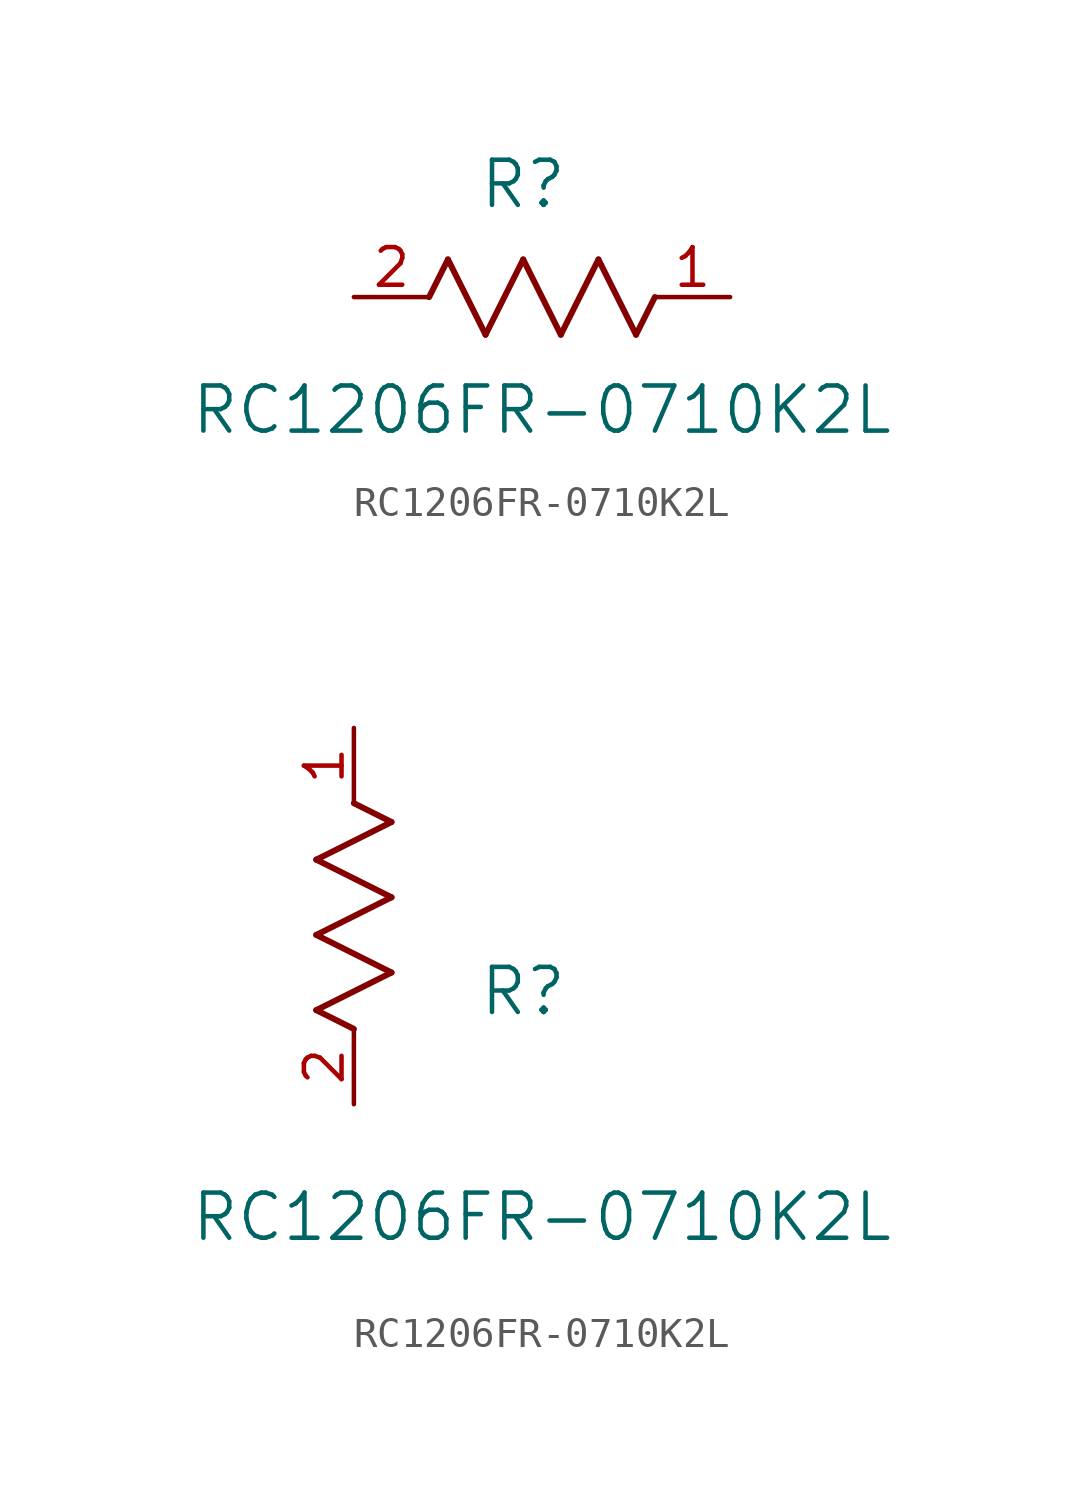
<source format=kicad_sym>
(kicad_symbol_lib
  (version 20211014)
  (generator kicad_symbol_editor)
  (symbol "RC1206FR-0710K2L"
    (pin_names
      (offset 0.254))
    (property "Reference" "R"
      (at 5.715 3.81 0)
      (effects (font (size 1.524 1.524))))
    (property "Value" "RC1206FR-0710K2L"
      (at 6.35 -3.81 0)
      (effects (font (size 1.524 1.524))))
    (symbol "RC1206FR-0710K2L_1_1"
      (polyline (pts (xy 3.175 1.27) (xy 4.445 -1.27)) (stroke (width 0.203) (type default) (color 0 0 0 0)) (fill (type none)))
      (polyline (pts (xy 4.445 -1.27) (xy 5.715 1.27)) (stroke (width 0.203) (type default) (color 0 0 0 0)) (fill (type none)))
      (polyline (pts (xy 5.715 1.27) (xy 6.985 -1.27)) (stroke (width 0.203) (type default) (color 0 0 0 0)) (fill (type none)))
      (polyline (pts (xy 6.985 -1.27) (xy 8.255 1.27)) (stroke (width 0.203) (type default) (color 0 0 0 0)) (fill (type none)))
      (polyline (pts (xy 8.255 1.27) (xy 9.525 -1.27)) (stroke (width 0.203) (type default) (color 0 0 0 0)) (fill (type none)))
      (polyline (pts (xy 2.54 0) (xy 3.175 1.27)) (stroke (width 0.203) (type default) (color 0 0 0 0)) (fill (type none)))
      (polyline (pts (xy 9.525 -1.27) (xy 10.16 0)) (stroke (width 0.203) (type default) (color 0 0 0 0)) (fill (type none)))
      (pin unspecified line (at 12.7 0 180) (length 2.54) (name "" (effects (font (size 1.27 1.27)))) (number "1" (effects (font (size 1.27 1.27)))))
      (pin unspecified line (at 0 0 0) (length 2.54) (name "" (effects (font (size 1.27 1.27)))) (number "2" (effects (font (size 1.27 1.27))))))
    (symbol "RC1206FR-0710K2L_1_2"
      (polyline (pts (xy 0 2.54) (xy -1.27 3.175)) (stroke (width 0.203) (type default) (color 0 0 0 0)) (fill (type none)))
      (polyline (pts (xy -1.27 3.175) (xy 1.27 4.445)) (stroke (width 0.203) (type default) (color 0 0 0 0)) (fill (type none)))
      (polyline (pts (xy 1.27 4.445) (xy -1.27 5.715)) (stroke (width 0.203) (type default) (color 0 0 0 0)) (fill (type none)))
      (polyline (pts (xy -1.27 5.715) (xy 1.27 6.985)) (stroke (width 0.203) (type default) (color 0 0 0 0)) (fill (type none)))
      (polyline (pts (xy -1.27 8.255) (xy 1.27 9.525)) (stroke (width 0.203) (type default) (color 0 0 0 0)) (fill (type none)))
      (polyline (pts (xy 1.27 9.525) (xy 0 10.16)) (stroke (width 0.203) (type default) (color 0 0 0 0)) (fill (type none)))
      (polyline (pts (xy 1.27 6.985) (xy -1.27 8.255)) (stroke (width 0.203) (type default) (color 0 0 0 0)) (fill (type none)))
      (pin unspecified line (at 0 12.7 270) (length 2.54) (name "" (effects (font (size 1.27 1.27)))) (number "1" (effects (font (size 1.27 1.27)))))
      (pin unspecified line (at 0 0 90) (length 2.54) (name "" (effects (font (size 1.27 1.27)))) (number "2" (effects (font (size 1.27 1.27))))))))
</source>
